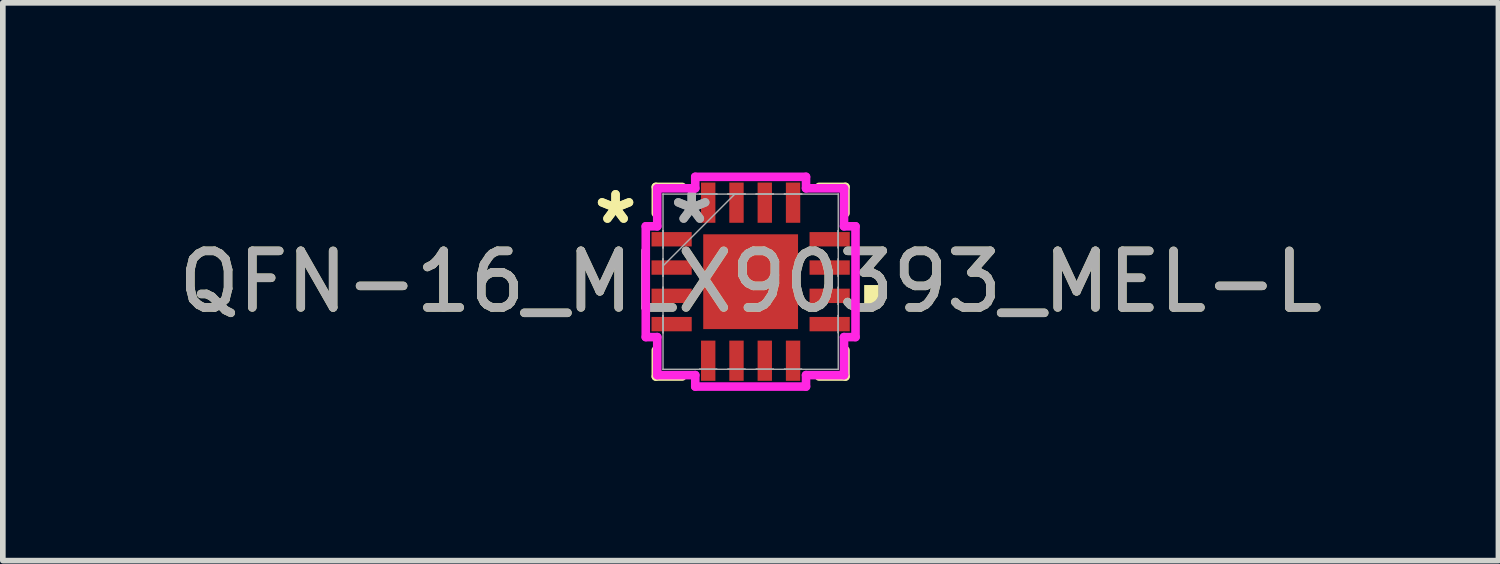
<source format=kicad_pcb>
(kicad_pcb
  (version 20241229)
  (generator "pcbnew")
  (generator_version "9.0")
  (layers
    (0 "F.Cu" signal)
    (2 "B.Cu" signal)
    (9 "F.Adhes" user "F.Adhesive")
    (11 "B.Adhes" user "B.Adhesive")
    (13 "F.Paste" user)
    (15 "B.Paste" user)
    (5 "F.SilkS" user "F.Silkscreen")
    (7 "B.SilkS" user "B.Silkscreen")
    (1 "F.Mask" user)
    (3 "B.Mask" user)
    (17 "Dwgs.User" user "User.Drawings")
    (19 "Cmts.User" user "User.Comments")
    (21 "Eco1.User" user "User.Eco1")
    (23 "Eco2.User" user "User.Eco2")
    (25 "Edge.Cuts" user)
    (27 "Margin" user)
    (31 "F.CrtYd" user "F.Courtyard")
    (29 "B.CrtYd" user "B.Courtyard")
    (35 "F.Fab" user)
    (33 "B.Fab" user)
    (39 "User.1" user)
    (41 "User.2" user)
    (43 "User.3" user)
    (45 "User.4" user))
  (footprint "QFN-16_MLX90393_MEL-L"
    (layer "F.Cu")
    (at 10.22 1.93)
    (property "Reference" "QFN-16_MLX90393_MEL-L" (at 0 0 0) (unlocked yes) (layer "F.SilkS") (effects (font (size 1 1) (thickness 0.15))))
    (attr smd)
    (fp_line (start -1.676 -1.676) (end -1.676 -1.21) (stroke (width 0.152) (type solid)) (layer "F.SilkS"))
    (fp_line (start -1.676 1.21) (end -1.676 1.676) (stroke (width 0.152) (type solid)) (layer "F.SilkS"))
    (fp_line (start -1.676 1.676) (end -1.21 1.676) (stroke (width 0.152) (type solid)) (layer "F.SilkS"))
    (fp_line (start -1.21 -1.676) (end -1.676 -1.676) (stroke (width 0.152) (type solid)) (layer "F.SilkS"))
    (fp_line (start 1.21 1.676) (end 1.676 1.676) (stroke (width 0.152) (type solid)) (layer "F.SilkS"))
    (fp_line (start 1.676 -1.676) (end 1.21 -1.676) (stroke (width 0.152) (type solid)) (layer "F.SilkS"))
    (fp_line (start 1.676 -1.21) (end 1.676 -1.676) (stroke (width 0.152) (type solid)) (layer "F.SilkS"))
    (fp_line (start 1.676 1.676) (end 1.676 1.21) (stroke (width 0.152) (type solid)) (layer "F.SilkS"))
    (fp_poly (pts (xy 2.261 0.059) (xy 2.261 0.441) (xy 2.007 0.441) (xy 2.007 0.059)) (stroke (width 0) (type solid)) (fill yes) (layer "F.SilkS"))
    (fp_line (start -1.854 -0.979) (end -1.651 -0.979) (stroke (width 0.152) (type solid)) (layer "F.CrtYd"))
    (fp_line (start -1.854 0.979) (end -1.854 -0.979) (stroke (width 0.152) (type solid)) (layer "F.CrtYd"))
    (fp_line (start -1.651 -1.651) (end -0.979 -1.651) (stroke (width 0.152) (type solid)) (layer "F.CrtYd"))
    (fp_line (start -1.651 -0.979) (end -1.651 -1.651) (stroke (width 0.152) (type solid)) (layer "F.CrtYd"))
    (fp_line (start -1.651 0.979) (end -1.854 0.979) (stroke (width 0.152) (type solid)) (layer "F.CrtYd"))
    (fp_line (start -1.651 1.651) (end -1.651 0.979) (stroke (width 0.152) (type solid)) (layer "F.CrtYd"))
    (fp_line (start -0.979 -1.854) (end 0.979 -1.854) (stroke (width 0.152) (type solid)) (layer "F.CrtYd"))
    (fp_line (start -0.979 -1.651) (end -0.979 -1.854) (stroke (width 0.152) (type solid)) (layer "F.CrtYd"))
    (fp_line (start -0.979 1.651) (end -1.651 1.651) (stroke (width 0.152) (type solid)) (layer "F.CrtYd"))
    (fp_line (start -0.979 1.854) (end -0.979 1.651) (stroke (width 0.152) (type solid)) (layer "F.CrtYd"))
    (fp_line (start 0.979 -1.854) (end 0.979 -1.651) (stroke (width 0.152) (type solid)) (layer "F.CrtYd"))
    (fp_line (start 0.979 -1.651) (end 1.651 -1.651) (stroke (width 0.152) (type solid)) (layer "F.CrtYd"))
    (fp_line (start 0.979 1.651) (end 0.979 1.854) (stroke (width 0.152) (type solid)) (layer "F.CrtYd"))
    (fp_line (start 0.979 1.854) (end -0.979 1.854) (stroke (width 0.152) (type solid)) (layer "F.CrtYd"))
    (fp_line (start 1.651 -1.651) (end 1.651 -0.979) (stroke (width 0.152) (type solid)) (layer "F.CrtYd"))
    (fp_line (start 1.651 -0.979) (end 1.854 -0.979) (stroke (width 0.152) (type solid)) (layer "F.CrtYd"))
    (fp_line (start 1.651 0.979) (end 1.651 1.651) (stroke (width 0.152) (type solid)) (layer "F.CrtYd"))
    (fp_line (start 1.651 1.651) (end 0.979 1.651) (stroke (width 0.152) (type solid)) (layer "F.CrtYd"))
    (fp_line (start 1.854 -0.979) (end 1.854 0.979) (stroke (width 0.152) (type solid)) (layer "F.CrtYd"))
    (fp_line (start 1.854 0.979) (end 1.651 0.979) (stroke (width 0.152) (type solid)) (layer "F.CrtYd"))
    (fp_line (start -1.549 -1.549) (end -1.549 -1.549) (stroke (width 0.025) (type solid)) (layer "F.Fab"))
    (fp_line (start -1.549 -1.549) (end -1.549 1.549) (stroke (width 0.025) (type solid)) (layer "F.Fab"))
    (fp_line (start -1.549 -0.902) (end -1.549 -0.902) (stroke (width 0.025) (type solid)) (layer "F.Fab"))
    (fp_line (start -1.549 -0.902) (end -1.549 -0.598) (stroke (width 0.025) (type solid)) (layer "F.Fab"))
    (fp_line (start -1.549 -0.598) (end -1.549 -0.902) (stroke (width 0.025) (type solid)) (layer "F.Fab"))
    (fp_line (start -1.549 -0.598) (end -1.549 -0.598) (stroke (width 0.025) (type solid)) (layer "F.Fab"))
    (fp_line (start -1.549 -0.402) (end -1.549 -0.402) (stroke (width 0.025) (type solid)) (layer "F.Fab"))
    (fp_line (start -1.549 -0.402) (end -1.549 -0.098) (stroke (width 0.025) (type solid)) (layer "F.Fab"))
    (fp_line (start -1.549 -0.279) (end -0.279 -1.549) (stroke (width 0.025) (type solid)) (layer "F.Fab"))
    (fp_line (start -1.549 -0.098) (end -1.549 -0.402) (stroke (width 0.025) (type solid)) (layer "F.Fab"))
    (fp_line (start -1.549 -0.098) (end -1.549 -0.098) (stroke (width 0.025) (type solid)) (layer "F.Fab"))
    (fp_line (start -1.549 0.098) (end -1.549 0.098) (stroke (width 0.025) (type solid)) (layer "F.Fab"))
    (fp_line (start -1.549 0.098) (end -1.549 0.402) (stroke (width 0.025) (type solid)) (layer "F.Fab"))
    (fp_line (start -1.549 0.402) (end -1.549 0.098) (stroke (width 0.025) (type solid)) (layer "F.Fab"))
    (fp_line (start -1.549 0.402) (end -1.549 0.402) (stroke (width 0.025) (type solid)) (layer "F.Fab"))
    (fp_line (start -1.549 0.598) (end -1.549 0.598) (stroke (width 0.025) (type solid)) (layer "F.Fab"))
    (fp_line (start -1.549 0.598) (end -1.549 0.902) (stroke (width 0.025) (type solid)) (layer "F.Fab"))
    (fp_line (start -1.549 0.902) (end -1.549 0.598) (stroke (width 0.025) (type solid)) (layer "F.Fab"))
    (fp_line (start -1.549 0.902) (end -1.549 0.902) (stroke (width 0.025) (type solid)) (layer "F.Fab"))
    (fp_line (start -1.549 1.549) (end -1.549 1.549) (stroke (width 0.025) (type solid)) (layer "F.Fab"))
    (fp_line (start -1.549 1.549) (end 1.549 1.549) (stroke (width 0.025) (type solid)) (layer "F.Fab"))
    (fp_line (start -0.902 -1.549) (end -0.902 -1.549) (stroke (width 0.025) (type solid)) (layer "F.Fab"))
    (fp_line (start -0.902 -1.549) (end -0.598 -1.549) (stroke (width 0.025) (type solid)) (layer "F.Fab"))
    (fp_line (start -0.902 1.549) (end -0.902 1.549) (stroke (width 0.025) (type solid)) (layer "F.Fab"))
    (fp_line (start -0.902 1.549) (end -0.598 1.549) (stroke (width 0.025) (type solid)) (layer "F.Fab"))
    (fp_line (start -0.598 -1.549) (end -0.902 -1.549) (stroke (width 0.025) (type solid)) (layer "F.Fab"))
    (fp_line (start -0.598 -1.549) (end -0.598 -1.549) (stroke (width 0.025) (type solid)) (layer "F.Fab"))
    (fp_line (start -0.598 1.549) (end -0.902 1.549) (stroke (width 0.025) (type solid)) (layer "F.Fab"))
    (fp_line (start -0.598 1.549) (end -0.598 1.549) (stroke (width 0.025) (type solid)) (layer "F.Fab"))
    (fp_line (start -0.402 -1.549) (end -0.402 -1.549) (stroke (width 0.025) (type solid)) (layer "F.Fab"))
    (fp_line (start -0.402 -1.549) (end -0.098 -1.549) (stroke (width 0.025) (type solid)) (layer "F.Fab"))
    (fp_line (start -0.402 1.549) (end -0.402 1.549) (stroke (width 0.025) (type solid)) (layer "F.Fab"))
    (fp_line (start -0.402 1.549) (end -0.098 1.549) (stroke (width 0.025) (type solid)) (layer "F.Fab"))
    (fp_line (start -0.098 -1.549) (end -0.402 -1.549) (stroke (width 0.025) (type solid)) (layer "F.Fab"))
    (fp_line (start -0.098 -1.549) (end -0.098 -1.549) (stroke (width 0.025) (type solid)) (layer "F.Fab"))
    (fp_line (start -0.098 1.549) (end -0.402 1.549) (stroke (width 0.025) (type solid)) (layer "F.Fab"))
    (fp_line (start -0.098 1.549) (end -0.098 1.549) (stroke (width 0.025) (type solid)) (layer "F.Fab"))
    (fp_line (start 0.098 -1.549) (end 0.098 -1.549) (stroke (width 0.025) (type solid)) (layer "F.Fab"))
    (fp_line (start 0.098 -1.549) (end 0.402 -1.549) (stroke (width 0.025) (type solid)) (layer "F.Fab"))
    (fp_line (start 0.098 1.549) (end 0.098 1.549) (stroke (width 0.025) (type solid)) (layer "F.Fab"))
    (fp_line (start 0.098 1.549) (end 0.402 1.549) (stroke (width 0.025) (type solid)) (layer "F.Fab"))
    (fp_line (start 0.402 -1.549) (end 0.098 -1.549) (stroke (width 0.025) (type solid)) (layer "F.Fab"))
    (fp_line (start 0.402 -1.549) (end 0.402 -1.549) (stroke (width 0.025) (type solid)) (layer "F.Fab"))
    (fp_line (start 0.402 1.549) (end 0.098 1.549) (stroke (width 0.025) (type solid)) (layer "F.Fab"))
    (fp_line (start 0.402 1.549) (end 0.402 1.549) (stroke (width 0.025) (type solid)) (layer "F.Fab"))
    (fp_line (start 0.598 -1.549) (end 0.598 -1.549) (stroke (width 0.025) (type solid)) (layer "F.Fab"))
    (fp_line (start 0.598 -1.549) (end 0.902 -1.549) (stroke (width 0.025) (type solid)) (layer "F.Fab"))
    (fp_line (start 0.598 1.549) (end 0.598 1.549) (stroke (width 0.025) (type solid)) (layer "F.Fab"))
    (fp_line (start 0.598 1.549) (end 0.902 1.549) (stroke (width 0.025) (type solid)) (layer "F.Fab"))
    (fp_line (start 0.902 -1.549) (end 0.598 -1.549) (stroke (width 0.025) (type solid)) (layer "F.Fab"))
    (fp_line (start 0.902 -1.549) (end 0.902 -1.549) (stroke (width 0.025) (type solid)) (layer "F.Fab"))
    (fp_line (start 0.902 1.549) (end 0.598 1.549) (stroke (width 0.025) (type solid)) (layer "F.Fab"))
    (fp_line (start 0.902 1.549) (end 0.902 1.549) (stroke (width 0.025) (type solid)) (layer "F.Fab"))
    (fp_line (start 1.549 -1.549) (end -1.549 -1.549) (stroke (width 0.025) (type solid)) (layer "F.Fab"))
    (fp_line (start 1.549 -1.549) (end 1.549 -1.549) (stroke (width 0.025) (type solid)) (layer "F.Fab"))
    (fp_line (start 1.549 -0.902) (end 1.549 -0.902) (stroke (width 0.025) (type solid)) (layer "F.Fab"))
    (fp_line (start 1.549 -0.902) (end 1.549 -0.598) (stroke (width 0.025) (type solid)) (layer "F.Fab"))
    (fp_line (start 1.549 -0.598) (end 1.549 -0.902) (stroke (width 0.025) (type solid)) (layer "F.Fab"))
    (fp_line (start 1.549 -0.598) (end 1.549 -0.598) (stroke (width 0.025) (type solid)) (layer "F.Fab"))
    (fp_line (start 1.549 -0.402) (end 1.549 -0.402) (stroke (width 0.025) (type solid)) (layer "F.Fab"))
    (fp_line (start 1.549 -0.402) (end 1.549 -0.098) (stroke (width 0.025) (type solid)) (layer "F.Fab"))
    (fp_line (start 1.549 -0.098) (end 1.549 -0.402) (stroke (width 0.025) (type solid)) (layer "F.Fab"))
    (fp_line (start 1.549 -0.098) (end 1.549 -0.098) (stroke (width 0.025) (type solid)) (layer "F.Fab"))
    (fp_line (start 1.549 0.098) (end 1.549 0.098) (stroke (width 0.025) (type solid)) (layer "F.Fab"))
    (fp_line (start 1.549 0.098) (end 1.549 0.402) (stroke (width 0.025) (type solid)) (layer "F.Fab"))
    (fp_line (start 1.549 0.402) (end 1.549 0.098) (stroke (width 0.025) (type solid)) (layer "F.Fab"))
    (fp_line (start 1.549 0.402) (end 1.549 0.402) (stroke (width 0.025) (type solid)) (layer "F.Fab"))
    (fp_line (start 1.549 0.598) (end 1.549 0.598) (stroke (width 0.025) (type solid)) (layer "F.Fab"))
    (fp_line (start 1.549 0.598) (end 1.549 0.902) (stroke (width 0.025) (type solid)) (layer "F.Fab"))
    (fp_line (start 1.549 0.902) (end 1.549 0.598) (stroke (width 0.025) (type solid)) (layer "F.Fab"))
    (fp_line (start 1.549 0.902) (end 1.549 0.902) (stroke (width 0.025) (type solid)) (layer "F.Fab"))
    (fp_line (start 1.549 1.549) (end 1.549 -1.549) (stroke (width 0.025) (type solid)) (layer "F.Fab"))
    (fp_line (start 1.549 1.549) (end 1.549 1.549) (stroke (width 0.025) (type solid)) (layer "F.Fab"))
    (fp_text user "*" (at -2.388 -1 0) (layer "F.SilkS") (effects (font (size 1 1) (thickness 0.15))))
    (fp_text user "*" (at -2.388 -1 0) (unlocked yes) (layer "F.SilkS") (effects (font (size 1 1) (thickness 0.15))))
    (fp_text user "${REFERENCE}" (at 0 0 0) (unlocked yes) (layer "F.Fab") (effects (font (size 1 1) (thickness 0.15))))
    (fp_text user "*" (at -1.041 -1 0) (unlocked yes) (layer "F.Fab") (effects (font (size 1 1) (thickness 0.15))))
    (fp_text user "*" (at -1.041 -1 0) (layer "F.Fab") (effects (font (size 1 1) (thickness 0.15))))
    (pad "1" smd rect (at -1.397 -0.75 90) (size 0.254 0.711) (layers "F.Cu" "F.Mask" "F.Paste"))
    (pad "2" smd rect (at -1.397 -0.25 90) (size 0.254 0.711) (layers "F.Cu" "F.Mask" "F.Paste"))
    (pad "3" smd rect (at -1.397 0.25 90) (size 0.254 0.711) (layers "F.Cu" "F.Mask" "F.Paste"))
    (pad "4" smd rect (at -1.397 0.75 90) (size 0.254 0.711) (layers "F.Cu" "F.Mask" "F.Paste"))
    (pad "5" smd rect (at -0.75 1.397) (size 0.254 0.711) (layers "F.Cu" "F.Mask" "F.Paste"))
    (pad "6" smd rect (at -0.25 1.397) (size 0.254 0.711) (layers "F.Cu" "F.Mask" "F.Paste"))
    (pad "7" smd rect (at 0.25 1.397) (size 0.254 0.711) (layers "F.Cu" "F.Mask" "F.Paste"))
    (pad "8" smd rect (at 0.75 1.397) (size 0.254 0.711) (layers "F.Cu" "F.Mask" "F.Paste"))
    (pad "9" smd rect (at 1.397 0.75 90) (size 0.254 0.711) (layers "F.Cu" "F.Mask" "F.Paste"))
    (pad "10" smd rect (at 1.397 0.25 90) (size 0.254 0.711) (layers "F.Cu" "F.Mask" "F.Paste"))
    (pad "11" smd rect (at 1.397 -0.25 90) (size 0.254 0.711) (layers "F.Cu" "F.Mask" "F.Paste"))
    (pad "12" smd rect (at 1.397 -0.75 90) (size 0.254 0.711) (layers "F.Cu" "F.Mask" "F.Paste"))
    (pad "13" smd rect (at 0.75 -1.397) (size 0.254 0.711) (layers "F.Cu" "F.Mask" "F.Paste"))
    (pad "14" smd rect (at 0.25 -1.397) (size 0.254 0.711) (layers "F.Cu" "F.Mask" "F.Paste"))
    (pad "15" smd rect (at -0.25 -1.397) (size 0.254 0.711) (layers "F.Cu" "F.Mask" "F.Paste"))
    (pad "16" smd rect (at -0.75 -1.397) (size 0.254 0.711) (layers "F.Cu" "F.Mask" "F.Paste"))
    (pad "17" smd rect (at 0 0) (size 1.676 1.676) (layers "F.Cu" "F.Mask" "F.Paste")))
  (gr_rect
    (start -3 -3)
    (end 23.44 6.861)
    (stroke (width 0.1) (type default))
    (fill no)
    (layer "Edge.Cuts")))
</source>
